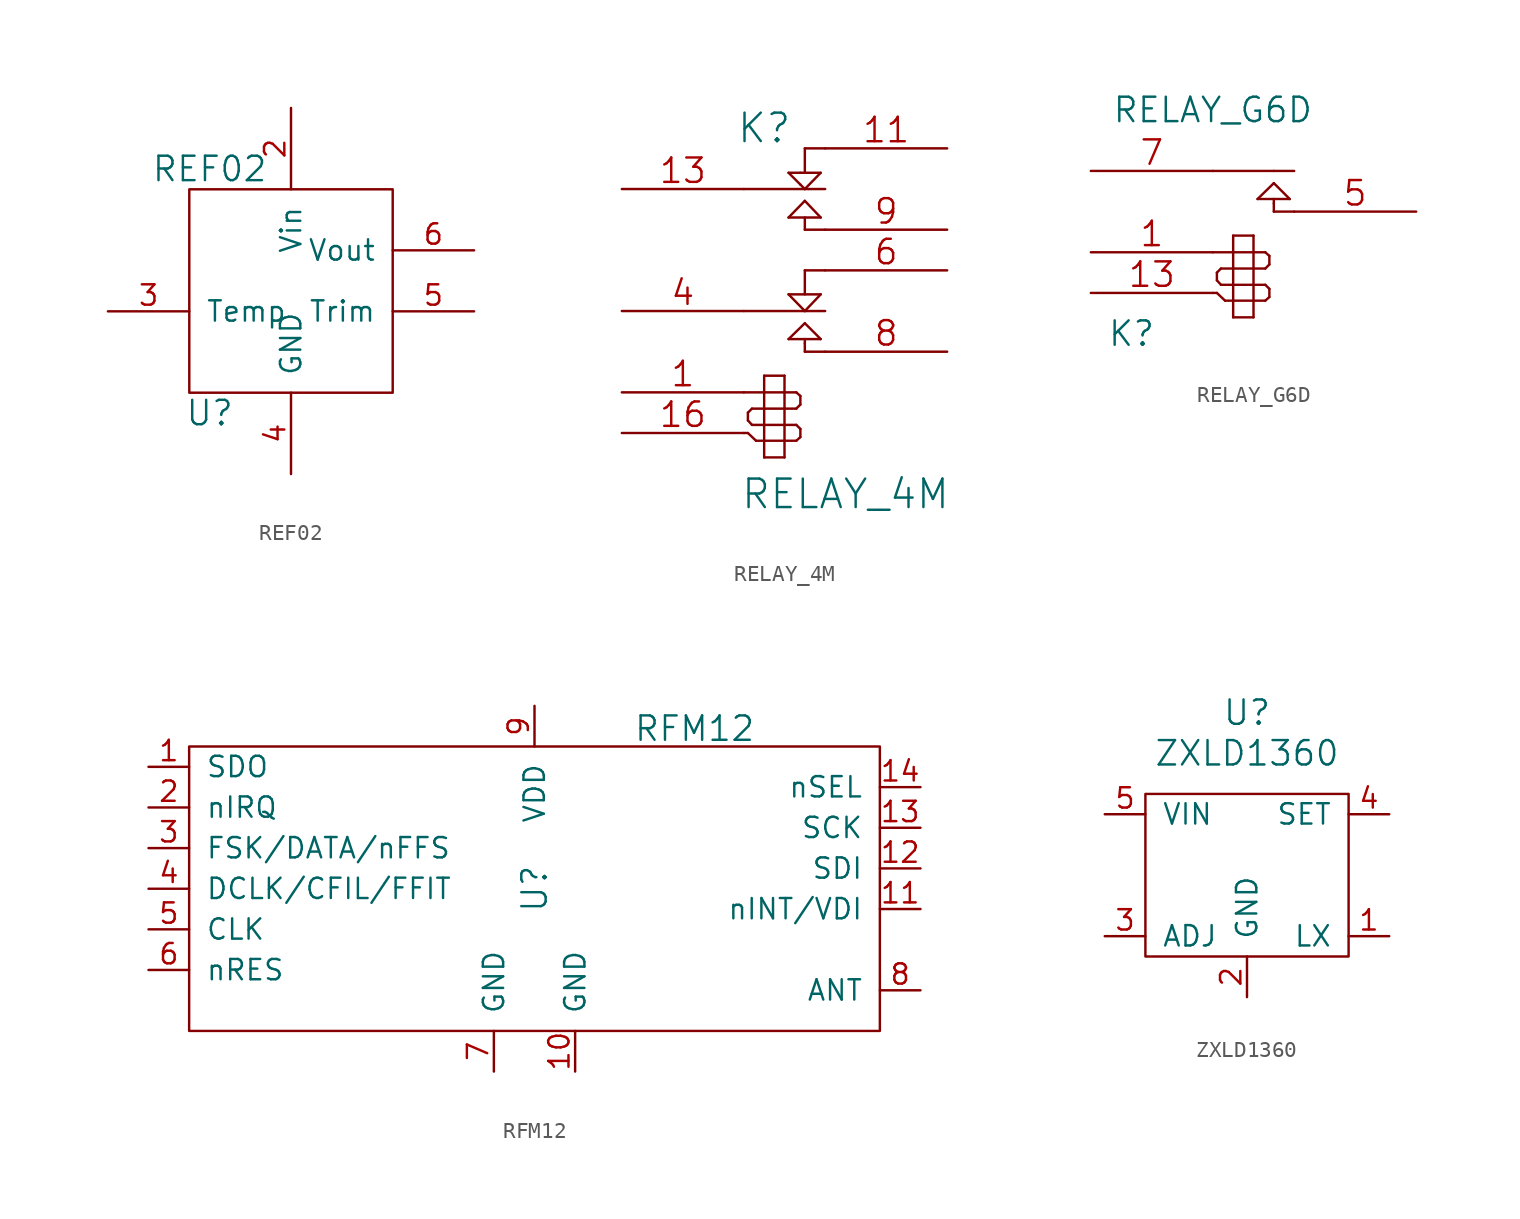
<source format=kicad_sym>
(kicad_symbol_lib
  (version 20220914)
  (generator kicad_symbol_editor)
  (symbol "REF02"
    (pin_names
      (offset 1.016))
    (property "Reference" "U"
      (at -5.08 -6.35 0)
      (effects (font (size 1.524 1.524))))
    (property "Value" "REF02"
      (at -5.08 8.89 0)
      (effects (font (size 1.524 1.524))))
    (symbol "REF02_0_1"
      (rectangle (start -6.35 7.62) (end 6.35 -5.08) (stroke (width 0) (type solid)) (fill (type none))))
    (symbol "REF02_1_1"
      (pin power_in line (at 0 12.7 270) (length 5.08) (name "Vin" (effects (font (size 1.27 1.27)))) (number "2" (effects (font (size 1.27 1.27)))))
      (pin input line (at -11.43 0 0) (length 5.08) (name "Temp" (effects (font (size 1.27 1.27)))) (number "3" (effects (font (size 1.27 1.27)))))
      (pin power_in line (at 0 -10.16 90) (length 5.08) (name "GND" (effects (font (size 1.27 1.27)))) (number "4" (effects (font (size 1.27 1.27)))))
      (pin input line (at 11.43 0 180) (length 5.08) (name "Trim" (effects (font (size 1.27 1.27)))) (number "5" (effects (font (size 1.27 1.27)))))
      (pin power_out line (at 11.43 3.81 180) (length 5.08) (name "Vout" (effects (font (size 1.27 1.27)))) (number "6" (effects (font (size 1.27 1.27)))))))
  (symbol "RELAY_4M"
    (pin_names
      (offset 1.016) hide)
    (property "Reference" "K"
      (at -1.27 10.16 0)
      (effects (font (size 1.778 1.778))))
    (property "Value" "RELAY_4M"
      (at 3.81 -12.7 0)
      (effects (font (size 1.778 1.778))))
    (symbol "RELAY_4M_0_1"
      (polyline (pts (xy -2.54 -8.89) (xy -2.286 -8.89)) (stroke (width 0) (type solid)) (fill (type none)))
      (polyline (pts (xy -2.54 -6.35) (xy -1.27 -6.35)) (stroke (width 0) (type solid)) (fill (type none)))
      (polyline (pts (xy -2.54 -1.27) (xy 1.27 -1.27)) (stroke (width 0) (type solid)) (fill (type none)))
      (polyline (pts (xy -2.286 -8.89) (xy -1.778 -9.373)) (stroke (width 0) (type solid)) (fill (type none)))
      (polyline (pts (xy -2.286 -8.103) (xy -2.286 -7.62)) (stroke (width 0) (type solid)) (fill (type none)))
      (polyline (pts (xy -2.032 -8.382) (xy -2.286 -8.103)) (stroke (width 0) (type solid)) (fill (type none)))
      (polyline (pts (xy -2.032 -7.366) (xy -2.286 -7.62)) (stroke (width 0) (type solid)) (fill (type none)))
      (polyline (pts (xy -1.778 -9.373) (xy -1.27 -9.373)) (stroke (width 0) (type solid)) (fill (type none)))
      (polyline (pts (xy -1.27 -10.414) (xy -1.27 -5.309)) (stroke (width 0) (type solid)) (fill (type none)))
      (polyline (pts (xy -1.27 -8.382) (xy -2.032 -8.382)) (stroke (width 0) (type solid)) (fill (type none)))
      (polyline (pts (xy -1.27 -8.382) (xy 0 -8.382)) (stroke (width 0) (type solid)) (fill (type none)))
      (polyline (pts (xy -1.27 -7.366) (xy -2.032 -7.366)) (stroke (width 0) (type solid)) (fill (type none)))
      (polyline (pts (xy -1.27 -6.35) (xy 0 -6.35)) (stroke (width 0) (type solid)) (fill (type none)))
      (polyline (pts (xy -1.27 -5.309) (xy 0 -5.309)) (stroke (width 0) (type solid)) (fill (type none)))
      (polyline (pts (xy 0 -10.414) (xy -1.27 -10.414)) (stroke (width 0) (type solid)) (fill (type none)))
      (polyline (pts (xy 0 -9.373) (xy -1.27 -9.373)) (stroke (width 0) (type solid)) (fill (type none)))
      (polyline (pts (xy 0 -9.373) (xy 0.737 -9.373)) (stroke (width 0) (type solid)) (fill (type none)))
      (polyline (pts (xy 0 -8.382) (xy 0.737 -8.382)) (stroke (width 0) (type solid)) (fill (type none)))
      (polyline (pts (xy 0 -7.366) (xy -1.27 -7.366)) (stroke (width 0) (type solid)) (fill (type none)))
      (polyline (pts (xy 0 -7.366) (xy 0.737 -7.366)) (stroke (width 0) (type solid)) (fill (type none)))
      (polyline (pts (xy 0 -6.35) (xy 0.737 -6.35)) (stroke (width 0) (type solid)) (fill (type none)))
      (polyline (pts (xy 0 -5.309) (xy 0 -10.414)) (stroke (width 0) (type solid)) (fill (type none)))
      (polyline (pts (xy 0.254 -3.023) (xy 2.261 -3.023)) (stroke (width 0) (type solid)) (fill (type none)))
      (polyline (pts (xy 0.254 -0.229) (xy 2.261 -0.229)) (stroke (width 0) (type solid)) (fill (type none)))
      (polyline (pts (xy 0.254 4.572) (xy 1.27 5.613)) (stroke (width 0) (type solid)) (fill (type none)))
      (polyline (pts (xy 0.254 7.366) (xy 0.991 7.366)) (stroke (width 0) (type solid)) (fill (type none)))
      (polyline (pts (xy 0.737 -9.373) (xy 0.991 -9.144)) (stroke (width 0) (type solid)) (fill (type none)))
      (polyline (pts (xy 0.737 -8.382) (xy 0.991 -8.636)) (stroke (width 0) (type solid)) (fill (type none)))
      (polyline (pts (xy 0.737 -7.366) (xy 0.991 -7.112)) (stroke (width 0) (type solid)) (fill (type none)))
      (polyline (pts (xy 0.737 -6.35) (xy 0.991 -6.579)) (stroke (width 0) (type solid)) (fill (type none)))
      (polyline (pts (xy 0.991 -9.144) (xy 0.991 -8.636)) (stroke (width 0) (type solid)) (fill (type none)))
      (polyline (pts (xy 0.991 -6.579) (xy 0.991 -7.112)) (stroke (width 0) (type solid)) (fill (type none)))
      (polyline (pts (xy 0.991 6.629) (xy 0.254 7.366)) (stroke (width 0) (type solid)) (fill (type none)))
      (polyline (pts (xy 0.991 6.629) (xy 1.27 6.35)) (stroke (width 0) (type solid)) (fill (type none)))
      (polyline (pts (xy 0.991 7.366) (xy 2.261 7.366)) (stroke (width 0) (type solid)) (fill (type none)))
      (polyline (pts (xy 1.27 -3.81) (xy 1.27 -3.302)) (stroke (width 0) (type solid)) (fill (type none)))
      (polyline (pts (xy 1.27 -3.302) (xy 1.27 -3.023)) (stroke (width 0) (type solid)) (fill (type none)))
      (polyline (pts (xy 1.27 -2.032) (xy 0.254 -3.023)) (stroke (width 0) (type solid)) (fill (type none)))
      (polyline (pts (xy 1.27 -1.27) (xy 0.254 -0.229)) (stroke (width 0) (type solid)) (fill (type none)))
      (polyline (pts (xy 1.27 -1.27) (xy 2.54 -1.27)) (stroke (width 0) (type solid)) (fill (type none)))
      (polyline (pts (xy 1.27 1.27) (xy 1.27 -0.229)) (stroke (width 0) (type solid)) (fill (type none)))
      (polyline (pts (xy 1.27 1.27) (xy 2.54 1.27)) (stroke (width 0) (type solid)) (fill (type none)))
      (polyline (pts (xy 1.27 3.81) (xy 1.27 4.572)) (stroke (width 0) (type solid)) (fill (type none)))
      (polyline (pts (xy 1.27 3.81) (xy 2.54 3.81)) (stroke (width 0) (type solid)) (fill (type none)))
      (polyline (pts (xy 1.27 5.613) (xy 2.261 4.572)) (stroke (width 0) (type solid)) (fill (type none)))
      (polyline (pts (xy 1.27 6.35) (xy -2.54 6.35)) (stroke (width 0) (type solid)) (fill (type none)))
      (polyline (pts (xy 1.27 6.35) (xy 1.524 6.35)) (stroke (width 0) (type solid)) (fill (type none)))
      (polyline (pts (xy 1.27 8.89) (xy 1.27 7.366)) (stroke (width 0) (type solid)) (fill (type none)))
      (polyline (pts (xy 1.27 8.89) (xy 2.54 8.89)) (stroke (width 0) (type solid)) (fill (type none)))
      (polyline (pts (xy 1.524 6.35) (xy 2.54 6.35)) (stroke (width 0) (type solid)) (fill (type none)))
      (polyline (pts (xy 2.261 -3.023) (xy 1.27 -2.032)) (stroke (width 0) (type solid)) (fill (type none)))
      (polyline (pts (xy 2.261 -0.229) (xy 1.27 -1.27)) (stroke (width 0) (type solid)) (fill (type none)))
      (polyline (pts (xy 2.261 4.572) (xy 0.254 4.572)) (stroke (width 0) (type solid)) (fill (type none)))
      (polyline (pts (xy 2.261 7.366) (xy 1.27 6.35)) (stroke (width 0) (type solid)) (fill (type none)))
      (polyline (pts (xy 2.54 -3.81) (xy 1.27 -3.81)) (stroke (width 0) (type solid)) (fill (type none))))
    (symbol "RELAY_4M_1_1"
      (pin input line (at -10.16 -6.35 0) (length 7.62) (name "C1" (effects (font (size 1.524 1.524)))) (number "1" (effects (font (size 1.524 1.524)))))
      (pin passive line (at 10.16 8.89 180) (length 7.62) (name "OUT2A" (effects (font (size 1.524 1.524)))) (number "11" (effects (font (size 1.524 1.524)))))
      (pin passive line (at -10.16 6.35 0) (length 7.62) (name "IN2" (effects (font (size 1.524 1.524)))) (number "13" (effects (font (size 1.524 1.524)))))
      (pin input line (at -10.16 -8.89 0) (length 7.62) (name "C2" (effects (font (size 1.524 1.524)))) (number "16" (effects (font (size 1.524 1.524)))))
      (pin passive line (at -10.16 -1.27 0) (length 7.62) (name "IN1" (effects (font (size 1.524 1.524)))) (number "4" (effects (font (size 1.524 1.524)))))
      (pin passive line (at 10.16 1.27 180) (length 7.62) (name "OUT1A" (effects (font (size 1.524 1.524)))) (number "6" (effects (font (size 1.524 1.524)))))
      (pin passive line (at 10.16 -3.81 180) (length 7.62) (name "OUT1B" (effects (font (size 1.524 1.524)))) (number "8" (effects (font (size 1.524 1.524)))))
      (pin passive line (at 10.16 3.81 180) (length 7.62) (name "OUT2B" (effects (font (size 1.524 1.524)))) (number "9" (effects (font (size 1.524 1.524)))))))
  (symbol "RELAY_G6D"
    (pin_names
      (offset 1.016) hide)
    (property "Reference" "K"
      (at -6.35 -6.35 0)
      (effects (font (size 1.524 1.524))))
    (property "Value" "RELAY_G6D"
      (at -1.27 7.62 0)
      (effects (font (size 1.524 1.524))))
    (symbol "RELAY_G6D_0_1"
      (polyline (pts (xy -1.27 -3.81) (xy -1.016 -3.81)) (stroke (width 0) (type solid)) (fill (type none)))
      (polyline (pts (xy -1.27 -1.27) (xy 0 -1.27)) (stroke (width 0) (type solid)) (fill (type none)))
      (polyline (pts (xy -1.27 3.81) (xy 2.54 3.81)) (stroke (width 0) (type solid)) (fill (type none)))
      (polyline (pts (xy -1.016 -3.81) (xy -0.508 -4.293)) (stroke (width 0) (type solid)) (fill (type none)))
      (polyline (pts (xy -1.016 -3.023) (xy -1.016 -2.54)) (stroke (width 0) (type solid)) (fill (type none)))
      (polyline (pts (xy -0.762 -3.302) (xy -1.016 -3.023)) (stroke (width 0) (type solid)) (fill (type none)))
      (polyline (pts (xy -0.762 -2.286) (xy -1.016 -2.54)) (stroke (width 0) (type solid)) (fill (type none)))
      (polyline (pts (xy -0.508 -4.293) (xy 0 -4.293)) (stroke (width 0) (type solid)) (fill (type none)))
      (polyline (pts (xy 0 -5.334) (xy 0 -0.229)) (stroke (width 0) (type solid)) (fill (type none)))
      (polyline (pts (xy 0 -3.302) (xy -0.762 -3.302)) (stroke (width 0) (type solid)) (fill (type none)))
      (polyline (pts (xy 0 -3.302) (xy 1.27 -3.302)) (stroke (width 0) (type solid)) (fill (type none)))
      (polyline (pts (xy 0 -2.286) (xy -0.762 -2.286)) (stroke (width 0) (type solid)) (fill (type none)))
      (polyline (pts (xy 0 -1.27) (xy 1.27 -1.27)) (stroke (width 0) (type solid)) (fill (type none)))
      (polyline (pts (xy 0 -0.229) (xy 1.27 -0.229)) (stroke (width 0) (type solid)) (fill (type none)))
      (polyline (pts (xy 1.27 -5.334) (xy 0 -5.334)) (stroke (width 0) (type solid)) (fill (type none)))
      (polyline (pts (xy 1.27 -4.293) (xy 0 -4.293)) (stroke (width 0) (type solid)) (fill (type none)))
      (polyline (pts (xy 1.27 -4.293) (xy 2.007 -4.293)) (stroke (width 0) (type solid)) (fill (type none)))
      (polyline (pts (xy 1.27 -3.302) (xy 2.007 -3.302)) (stroke (width 0) (type solid)) (fill (type none)))
      (polyline (pts (xy 1.27 -2.286) (xy 0 -2.286)) (stroke (width 0) (type solid)) (fill (type none)))
      (polyline (pts (xy 1.27 -2.286) (xy 2.007 -2.286)) (stroke (width 0) (type solid)) (fill (type none)))
      (polyline (pts (xy 1.27 -1.27) (xy 2.007 -1.27)) (stroke (width 0) (type solid)) (fill (type none)))
      (polyline (pts (xy 1.27 -0.229) (xy 1.27 -5.334)) (stroke (width 0) (type solid)) (fill (type none)))
      (polyline (pts (xy 1.524 2.057) (xy 3.531 2.057)) (stroke (width 0) (type solid)) (fill (type none)))
      (polyline (pts (xy 2.007 -4.293) (xy 2.261 -4.064)) (stroke (width 0) (type solid)) (fill (type none)))
      (polyline (pts (xy 2.007 -3.302) (xy 2.261 -3.556)) (stroke (width 0) (type solid)) (fill (type none)))
      (polyline (pts (xy 2.007 -2.286) (xy 2.261 -2.032)) (stroke (width 0) (type solid)) (fill (type none)))
      (polyline (pts (xy 2.007 -1.27) (xy 2.261 -1.499)) (stroke (width 0) (type solid)) (fill (type none)))
      (polyline (pts (xy 2.261 -4.064) (xy 2.261 -3.556)) (stroke (width 0) (type solid)) (fill (type none)))
      (polyline (pts (xy 2.261 -1.499) (xy 2.261 -2.032)) (stroke (width 0) (type solid)) (fill (type none)))
      (polyline (pts (xy 2.54 1.27) (xy 2.54 1.778)) (stroke (width 0) (type solid)) (fill (type none)))
      (polyline (pts (xy 2.54 1.778) (xy 2.54 2.057)) (stroke (width 0) (type solid)) (fill (type none)))
      (polyline (pts (xy 2.54 3.048) (xy 1.524 2.057)) (stroke (width 0) (type solid)) (fill (type none)))
      (polyline (pts (xy 2.54 3.81) (xy 3.81 3.81)) (stroke (width 0) (type solid)) (fill (type none)))
      (polyline (pts (xy 3.531 2.057) (xy 2.54 3.048)) (stroke (width 0) (type solid)) (fill (type none)))
      (polyline (pts (xy 3.81 1.27) (xy 2.54 1.27)) (stroke (width 0) (type solid)) (fill (type none))))
    (symbol "RELAY_G6D_1_1"
      (pin input line (at -8.89 -1.27 0) (length 7.62) (name "C1" (effects (font (size 1.524 1.524)))) (number "1" (effects (font (size 1.524 1.524)))))
      (pin input line (at -8.89 -3.81 0) (length 7.62) (name "C2" (effects (font (size 1.524 1.524)))) (number "13" (effects (font (size 1.524 1.524)))))
      (pin passive line (at 11.43 1.27 180) (length 7.62) (name "OUT" (effects (font (size 1.524 1.524)))) (number "5" (effects (font (size 1.524 1.524)))))
      (pin passive line (at -8.89 3.81 0) (length 7.62) (name "IN" (effects (font (size 1.524 1.524)))) (number "7" (effects (font (size 1.524 1.524)))))))
  (symbol "RFM12"
    (pin_names
      (offset 1.016))
    (property "Reference" "U"
      (at 0 0 90)
      (effects (font (size 1.524 1.524))))
    (property "Value" "RFM12"
      (at 10.008 10.008 0)
      (effects (font (size 1.524 1.524))))
    (symbol "RFM12_0_1"
      (rectangle (start -21.59 8.89) (end 21.59 -8.89) (stroke (width 0) (type solid)) (fill (type none))))
    (symbol "RFM12_1_1"
      (pin input line (at -24.13 7.62 0) (length 2.54) (name "SDO" (effects (font (size 1.27 1.27)))) (number "1" (effects (font (size 1.27 1.27)))))
      (pin power_in line (at 2.54 -11.43 90) (length 2.54) (name "GND" (effects (font (size 1.27 1.27)))) (number "10" (effects (font (size 1.27 1.27)))))
      (pin unspecified line (at 24.13 -1.27 180) (length 2.54) (name "nINT/VDI" (effects (font (size 1.27 1.27)))) (number "11" (effects (font (size 1.27 1.27)))))
      (pin input line (at 24.13 1.27 180) (length 2.54) (name "SDI" (effects (font (size 1.27 1.27)))) (number "12" (effects (font (size 1.27 1.27)))))
      (pin input line (at 24.13 3.81 180) (length 2.54) (name "SCK" (effects (font (size 1.27 1.27)))) (number "13" (effects (font (size 1.27 1.27)))))
      (pin input line (at 24.13 6.35 180) (length 2.54) (name "nSEL" (effects (font (size 1.27 1.27)))) (number "14" (effects (font (size 1.27 1.27)))))
      (pin input line (at -24.13 5.08 0) (length 2.54) (name "nIRQ" (effects (font (size 1.27 1.27)))) (number "2" (effects (font (size 1.27 1.27)))))
      (pin input line (at -24.13 2.54 0) (length 2.54) (name "FSK/DATA/nFFS" (effects (font (size 1.27 1.27)))) (number "3" (effects (font (size 1.27 1.27)))))
      (pin input line (at -24.13 0 0) (length 2.54) (name "DCLK/CFIL/FFIT" (effects (font (size 1.27 1.27)))) (number "4" (effects (font (size 1.27 1.27)))))
      (pin output line (at -24.13 -2.54 0) (length 2.54) (name "CLK" (effects (font (size 1.27 1.27)))) (number "5" (effects (font (size 1.27 1.27)))))
      (pin output line (at -24.13 -5.08 0) (length 2.54) (name "nRES" (effects (font (size 1.27 1.27)))) (number "6" (effects (font (size 1.27 1.27)))))
      (pin output line (at -2.54 -11.43 90) (length 2.54) (name "GND" (effects (font (size 1.27 1.27)))) (number "7" (effects (font (size 1.27 1.27)))))
      (pin unspecified line (at 24.13 -6.35 180) (length 2.54) (name "ANT" (effects (font (size 1.27 1.27)))) (number "8" (effects (font (size 1.27 1.27)))))
      (pin power_in line (at 0 11.43 270) (length 2.54) (name "VDD" (effects (font (size 1.27 1.27)))) (number "9" (effects (font (size 1.27 1.27)))))))
  (symbol "ZXLD1360"
    (pin_names
      (offset 1.016))
    (property "Reference" "U"
      (at 0 10.16 0)
      (effects (font (size 1.524 1.524))))
    (property "Value" "ZXLD1360"
      (at 0 7.62 0)
      (effects (font (size 1.524 1.524))))
    (property "Footprint" ""
      (at 0 0 0)
      (effects (font (size 1.524 1.524))))
    (property "Datasheet" ""
      (at 0 0 0)
      (effects (font (size 1.524 1.524))))
    (symbol "ZXLD1360_0_1"
      (rectangle (start -6.35 5.08) (end 6.35 -5.08) (stroke (width 0) (type solid)) (fill (type none))))
    (symbol "ZXLD1360_1_1"
      (pin passive line (at 8.89 -3.81 180) (length 2.54) (name "LX" (effects (font (size 1.27 1.27)))) (number "1" (effects (font (size 1.27 1.27)))))
      (pin passive line (at 0 -7.62 90) (length 2.54) (name "GND" (effects (font (size 1.27 1.27)))) (number "2" (effects (font (size 1.27 1.27)))))
      (pin passive line (at -8.89 -3.81 0) (length 2.54) (name "ADJ" (effects (font (size 1.27 1.27)))) (number "3" (effects (font (size 1.27 1.27)))))
      (pin passive line (at 8.89 3.81 180) (length 2.54) (name "SET" (effects (font (size 1.27 1.27)))) (number "4" (effects (font (size 1.27 1.27)))))
      (pin passive line (at -8.89 3.81 0) (length 2.54) (name "VIN" (effects (font (size 1.27 1.27)))) (number "5" (effects (font (size 1.27 1.27))))))))
</source>
